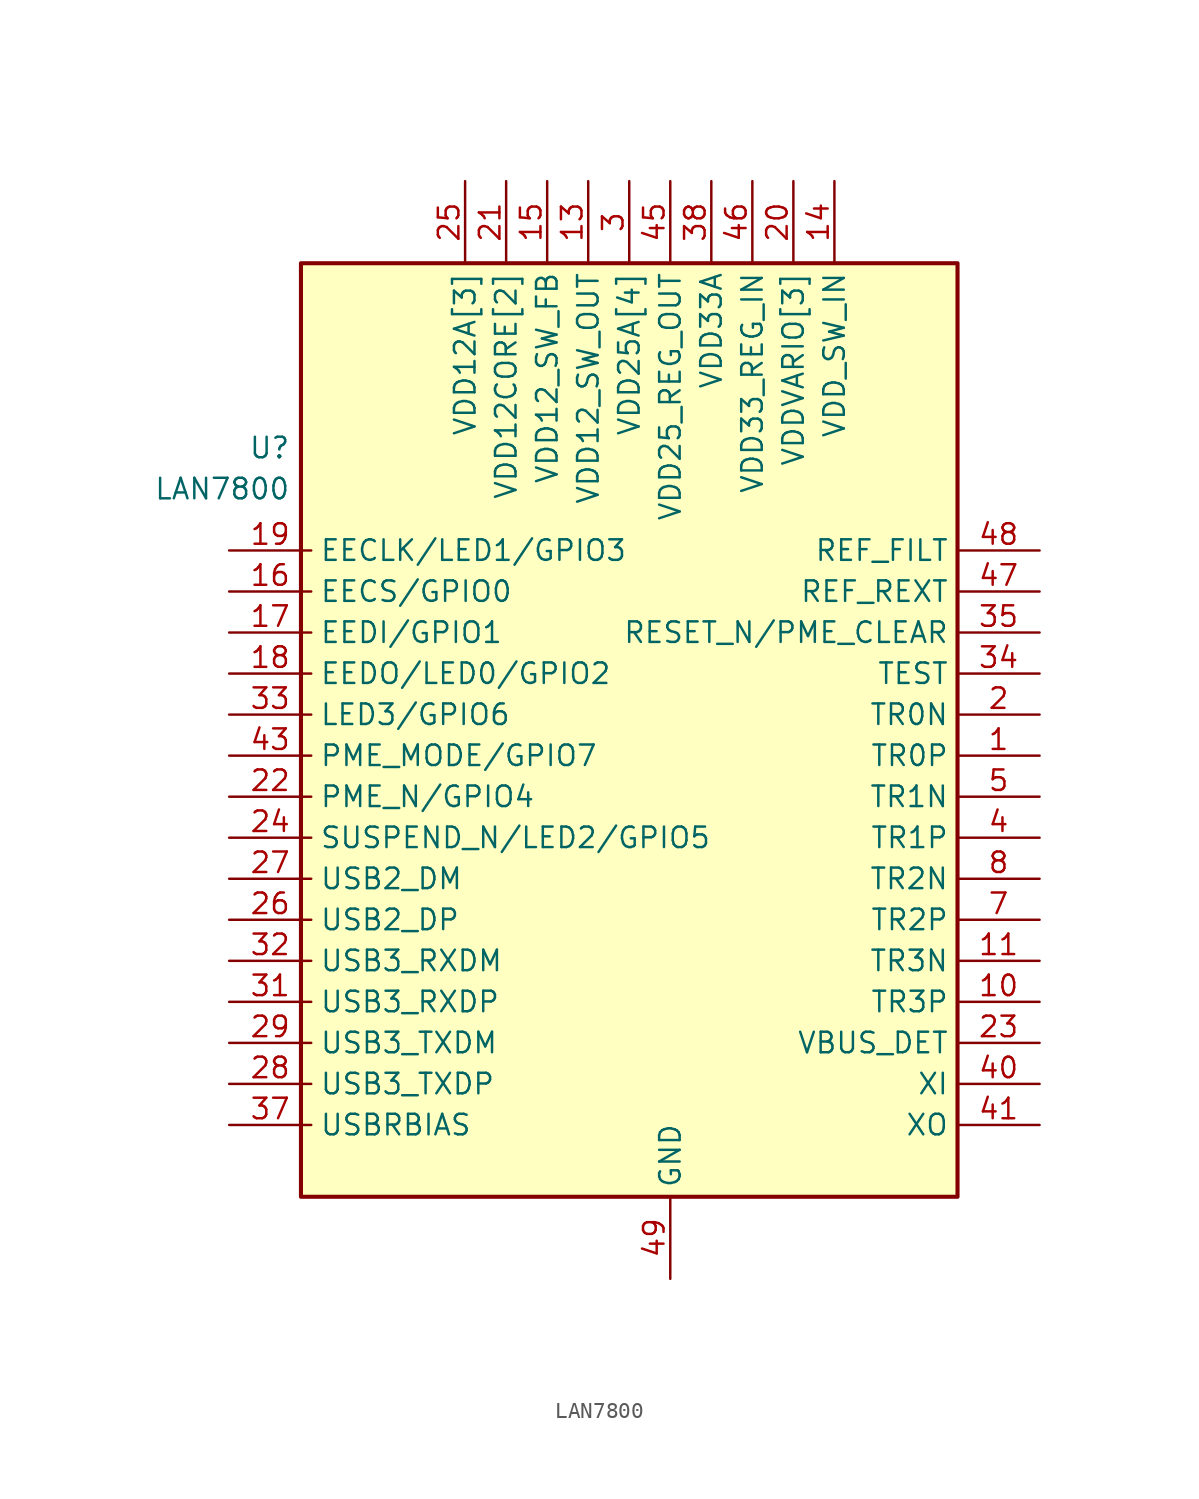
<source format=kicad_sym>
(kicad_symbol_lib
  (version 20211014)
  (generator kicad_symbol_editor)
  (symbol "﻿LAN7800"
    (property "Reference" "U"
      (at 3.81 6.35 0)
      (effects (font (size 1.27 1.27)) (justify right)))
    (property "Value" "﻿LAN7800"
      (at 3.81 3.81 0)
      (effects (font (size 1.27 1.27)) (justify right)))
    (property "ki_locked" ""
      (at 0 0 0)
      (effects (font (size 1.27 1.27))))
    (symbol "﻿LAN7800_1_1"
      (rectangle (start 4.445 17.78) (end 45.085 -40.005) (stroke (width 0.254) (type default) (color 0 0 0 0)) (fill (type background)))
      (pin bidirectional line (at 50.165 -12.7 180) (length 5.08) (name "TR0P" (effects (font (size 1.27 1.27)))) (number "1" (effects (font (size 1.27 1.27)))))
      (pin bidirectional line (at 50.165 -27.94 180) (length 5.08) (name "TR3P" (effects (font (size 1.27 1.27)))) (number "10" (effects (font (size 1.27 1.27)))))
      (pin bidirectional line (at 50.165 -25.4 180) (length 5.08) (name "TR3N" (effects (font (size 1.27 1.27)))) (number "11" (effects (font (size 1.27 1.27)))))
      (pin passive line (at 24.765 22.86 270) (length 5.08) hide (name "VDD25A[4]" (effects (font (size 1.27 1.27)))) (number "12" (effects (font (size 1.27 1.27)))))
      (pin power_in line (at 22.225 22.86 270) (length 5.08) (name "VDD12_SW_OUT" (effects (font (size 1.27 1.27)))) (number "13" (effects (font (size 1.27 1.27)))))
      (pin power_in line (at 37.465 22.86 270) (length 5.08) (name "VDD_SW_IN" (effects (font (size 1.27 1.27)))) (number "14" (effects (font (size 1.27 1.27)))))
      (pin power_in line (at 19.685 22.86 270) (length 5.08) (name "VDD12_SW_FB" (effects (font (size 1.27 1.27)))) (number "15" (effects (font (size 1.27 1.27)))))
      (pin bidirectional line (at 0 -2.54 0) (length 5.08) (name "EECS/GPIO0" (effects (font (size 1.27 1.27)))) (number "16" (effects (font (size 1.27 1.27)))))
      (pin bidirectional line (at 0 -5.08 0) (length 5.08) (name "EEDI/GPIO1" (effects (font (size 1.27 1.27)))) (number "17" (effects (font (size 1.27 1.27)))))
      (pin bidirectional line (at 0 -7.62 0) (length 5.08) (name "EEDO/LED0/GPIO2" (effects (font (size 1.27 1.27)))) (number "18" (effects (font (size 1.27 1.27)))))
      (pin bidirectional line (at 0 0 0) (length 5.08) (name "EECLK/LED1/GPIO3" (effects (font (size 1.27 1.27)))) (number "19" (effects (font (size 1.27 1.27)))))
      (pin bidirectional line (at 50.165 -10.16 180) (length 5.08) (name "TR0N" (effects (font (size 1.27 1.27)))) (number "2" (effects (font (size 1.27 1.27)))))
      (pin power_in line (at 34.925 22.86 270) (length 5.08) (name "VDDVARIO[3]" (effects (font (size 1.27 1.27)))) (number "20" (effects (font (size 1.27 1.27)))))
      (pin power_in line (at 17.145 22.86 270) (length 5.08) (name "VDD12CORE[2]" (effects (font (size 1.27 1.27)))) (number "21" (effects (font (size 1.27 1.27)))))
      (pin bidirectional line (at 0 -15.24 0) (length 5.08) (name "PME_N/GPIO4" (effects (font (size 1.27 1.27)))) (number "22" (effects (font (size 1.27 1.27)))))
      (pin bidirectional line (at 50.165 -30.48 180) (length 5.08) (name "VBUS_DET" (effects (font (size 1.27 1.27)))) (number "23" (effects (font (size 1.27 1.27)))))
      (pin bidirectional line (at 0 -17.78 0) (length 5.08) (name "SUSPEND_N/LED2/GPIO5" (effects (font (size 1.27 1.27)))) (number "24" (effects (font (size 1.27 1.27)))))
      (pin power_in line (at 14.605 22.86 270) (length 5.08) (name "VDD12A[3]" (effects (font (size 1.27 1.27)))) (number "25" (effects (font (size 1.27 1.27)))))
      (pin bidirectional line (at 0 -22.86 0) (length 5.08) (name "USB2_DP" (effects (font (size 1.27 1.27)))) (number "26" (effects (font (size 1.27 1.27)))))
      (pin bidirectional line (at 0 -20.32 0) (length 5.08) (name "USB2_DM" (effects (font (size 1.27 1.27)))) (number "27" (effects (font (size 1.27 1.27)))))
      (pin bidirectional line (at 0 -33.02 0) (length 5.08) (name "USB3_TXDP" (effects (font (size 1.27 1.27)))) (number "28" (effects (font (size 1.27 1.27)))))
      (pin bidirectional line (at 0 -30.48 0) (length 5.08) (name "USB3_TXDM" (effects (font (size 1.27 1.27)))) (number "29" (effects (font (size 1.27 1.27)))))
      (pin power_in line (at 24.765 22.86 270) (length 5.08) (name "VDD25A[4]" (effects (font (size 1.27 1.27)))) (number "3" (effects (font (size 1.27 1.27)))))
      (pin passive line (at 14.605 22.86 270) (length 5.08) hide (name "VDD12A[3]" (effects (font (size 1.27 1.27)))) (number "30" (effects (font (size 1.27 1.27)))))
      (pin bidirectional line (at 0 -27.94 0) (length 5.08) (name "USB3_RXDP" (effects (font (size 1.27 1.27)))) (number "31" (effects (font (size 1.27 1.27)))))
      (pin bidirectional line (at 0 -25.4 0) (length 5.08) (name "USB3_RXDM" (effects (font (size 1.27 1.27)))) (number "32" (effects (font (size 1.27 1.27)))))
      (pin bidirectional line (at 0 -10.16 0) (length 5.08) (name "LED3/GPIO6" (effects (font (size 1.27 1.27)))) (number "33" (effects (font (size 1.27 1.27)))))
      (pin bidirectional line (at 50.165 -7.62 180) (length 5.08) (name "TEST" (effects (font (size 1.27 1.27)))) (number "34" (effects (font (size 1.27 1.27)))))
      (pin bidirectional line (at 50.165 -5.08 180) (length 5.08) (name "RESET_N/PME_CLEAR" (effects (font (size 1.27 1.27)))) (number "35" (effects (font (size 1.27 1.27)))))
      (pin passive line (at 34.925 22.86 270) (length 5.08) hide (name "VDDVARIO[3]" (effects (font (size 1.27 1.27)))) (number "36" (effects (font (size 1.27 1.27)))))
      (pin bidirectional line (at 0 -35.56 0) (length 5.08) (name "USBRBIAS" (effects (font (size 1.27 1.27)))) (number "37" (effects (font (size 1.27 1.27)))))
      (pin power_in line (at 29.845 22.86 270) (length 5.08) (name "VDD33A" (effects (font (size 1.27 1.27)))) (number "38" (effects (font (size 1.27 1.27)))))
      (pin passive line (at 34.925 22.86 270) (length 5.08) hide (name "VDDVARIO[3]" (effects (font (size 1.27 1.27)))) (number "39" (effects (font (size 1.27 1.27)))))
      (pin bidirectional line (at 50.165 -17.78 180) (length 5.08) (name "TR1P" (effects (font (size 1.27 1.27)))) (number "4" (effects (font (size 1.27 1.27)))))
      (pin bidirectional line (at 50.165 -33.02 180) (length 5.08) (name "XI" (effects (font (size 1.27 1.27)))) (number "40" (effects (font (size 1.27 1.27)))))
      (pin bidirectional line (at 50.165 -35.56 180) (length 5.08) (name "XO" (effects (font (size 1.27 1.27)))) (number "41" (effects (font (size 1.27 1.27)))))
      (pin passive line (at 17.145 22.86 270) (length 5.08) hide (name "VDD12CORE[2]" (effects (font (size 1.27 1.27)))) (number "42" (effects (font (size 1.27 1.27)))))
      (pin bidirectional line (at 0 -12.7 0) (length 5.08) (name "PME_MODE/GPIO7" (effects (font (size 1.27 1.27)))) (number "43" (effects (font (size 1.27 1.27)))))
      (pin passive line (at 14.605 22.86 270) (length 5.08) hide (name "VDD12A[3]" (effects (font (size 1.27 1.27)))) (number "44" (effects (font (size 1.27 1.27)))))
      (pin power_in line (at 27.305 22.86 270) (length 5.08) (name "VDD25_REG_OUT" (effects (font (size 1.27 1.27)))) (number "45" (effects (font (size 1.27 1.27)))))
      (pin power_in line (at 32.385 22.86 270) (length 5.08) (name "VDD33_REG_IN" (effects (font (size 1.27 1.27)))) (number "46" (effects (font (size 1.27 1.27)))))
      (pin bidirectional line (at 50.165 -2.54 180) (length 5.08) (name "REF_REXT" (effects (font (size 1.27 1.27)))) (number "47" (effects (font (size 1.27 1.27)))))
      (pin bidirectional line (at 50.165 0 180) (length 5.08) (name "REF_FILT" (effects (font (size 1.27 1.27)))) (number "48" (effects (font (size 1.27 1.27)))))
      (pin power_in line (at 27.305 -45.085 90) (length 5.08) (name "GND" (effects (font (size 1.27 1.27)))) (number "49" (effects (font (size 1.27 1.27)))))
      (pin bidirectional line (at 50.165 -15.24 180) (length 5.08) (name "TR1N" (effects (font (size 1.27 1.27)))) (number "5" (effects (font (size 1.27 1.27)))))
      (pin passive line (at 24.765 22.86 270) (length 5.08) hide (name "VDD25A[4]" (effects (font (size 1.27 1.27)))) (number "6" (effects (font (size 1.27 1.27)))))
      (pin bidirectional line (at 50.165 -22.86 180) (length 5.08) (name "TR2P" (effects (font (size 1.27 1.27)))) (number "7" (effects (font (size 1.27 1.27)))))
      (pin bidirectional line (at 50.165 -20.32 180) (length 5.08) (name "TR2N" (effects (font (size 1.27 1.27)))) (number "8" (effects (font (size 1.27 1.27)))))
      (pin passive line (at 24.765 22.86 270) (length 5.08) hide (name "VDD25A[4]" (effects (font (size 1.27 1.27)))) (number "9" (effects (font (size 1.27 1.27))))))))
</source>
